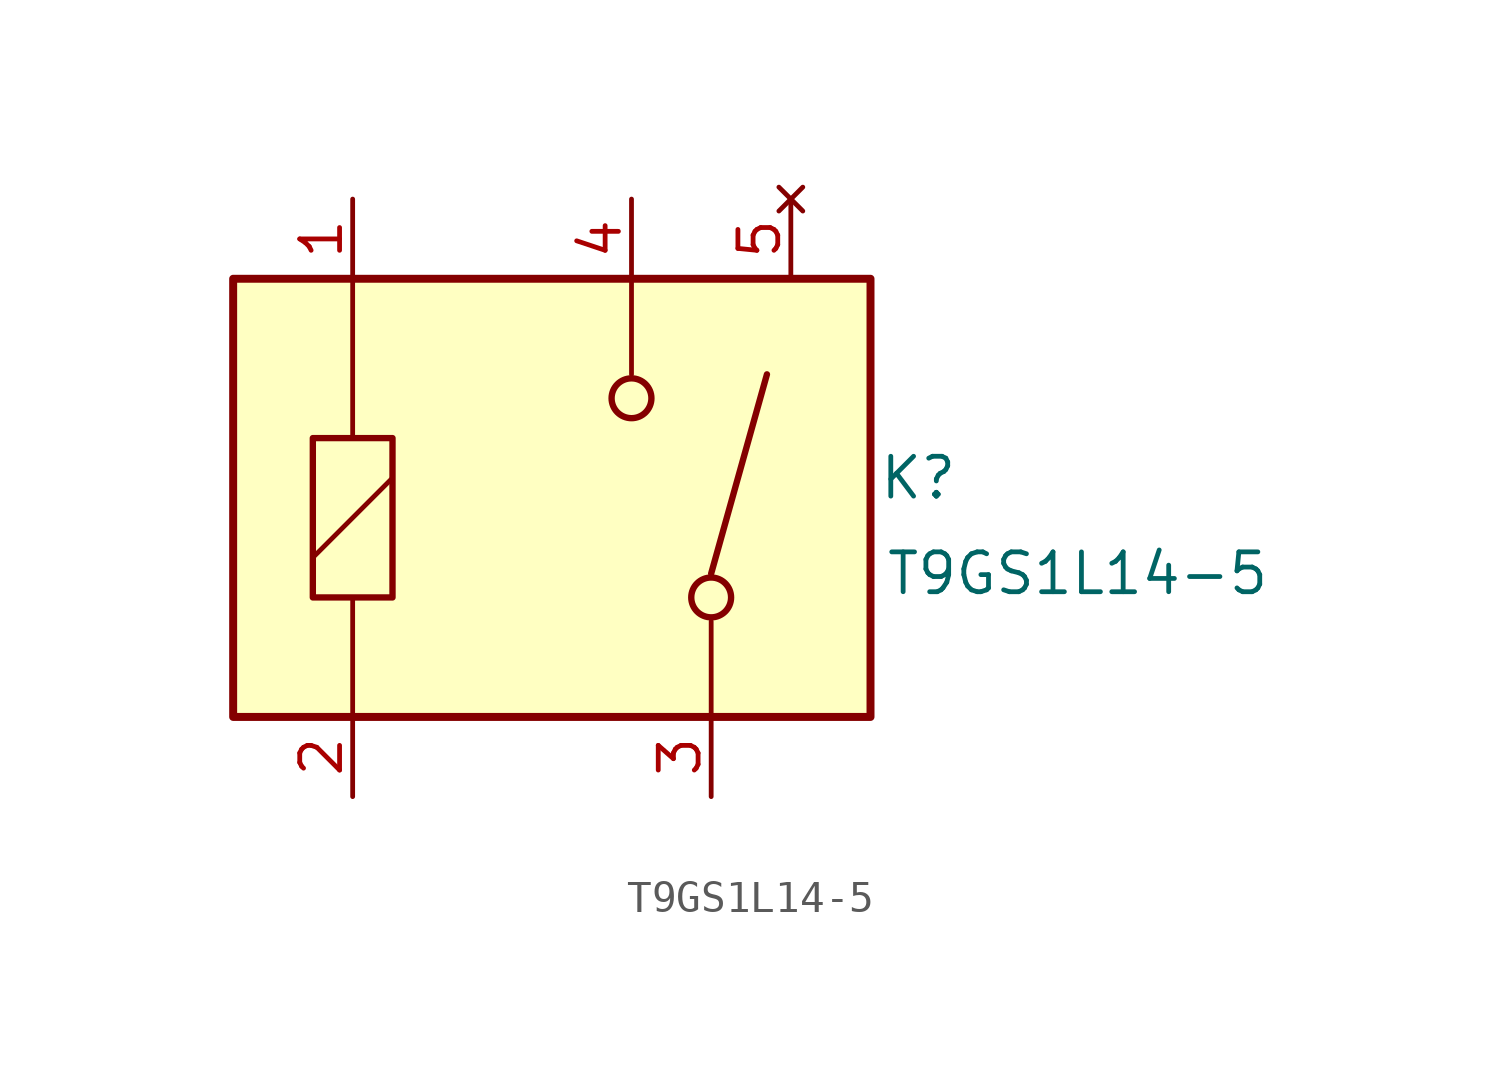
<source format=kicad_sym>
(kicad_symbol_lib
  (version 20231120)
  (generator "kicad_symbol_editor")
  (generator_version "8.0")
  (symbol "T9GS1L14-5"
    (property "Reference" "K"
      (at 11.684 1.27 0)
      (effects (font (size 1.27 1.27))))
    (property "Value" "T9GS1L14-5"
      (at 16.764 -1.778 0)
      (effects (font (size 1.27 1.27))))
    (symbol "T9GS1L14-5_0_1"
      (polyline (pts (xy -7.62 -1.27) (xy -5.08 1.27)) (stroke (width 0) (type default)) (fill (type none)))
      (polyline (pts (xy -6.35 -2.54) (xy -6.35 -6.35)) (stroke (width 0) (type default)) (fill (type none)))
      (polyline (pts (xy -6.35 2.54) (xy -6.35 7.62)) (stroke (width 0) (type default)) (fill (type none))))
    (symbol "T9GS1L14-5_1_1"
      (rectangle (start -10.16 7.62) (end 10.16 -6.35) (stroke (width 0.254) (type default)) (fill (type background)))
      (rectangle (start -7.62 2.54) (end -5.08 -2.54) (stroke (width 0.203) (type default)) (fill (type none)))
      (polyline (pts (xy 2.54 7.62) (xy 2.54 4.572)) (stroke (width 0) (type default)) (fill (type none)))
      (polyline (pts (xy 5.08 -6.35) (xy 5.08 -3.302)) (stroke (width 0) (type default)) (fill (type none)))
      (polyline (pts (xy 5.08 -1.778) (xy 6.858 4.572)) (stroke (width 0.203) (type default)) (fill (type none)))
      (circle (center 2.54 3.81) (radius 0.635) (stroke (width 0.203) (type default)) (fill (type none)))
      (circle (center 5.08 -2.54) (radius 0.635) (stroke (width 0.203) (type default)) (fill (type none)))
      (pin passive line (at -6.35 10.16 270) (length 2.54) (name "" (effects (font (size 1.27 1.27)))) (number "1" (effects (font (size 1.27 1.27)))))
      (pin passive line (at -6.35 -8.89 90) (length 2.54) (name "" (effects (font (size 1.27 1.27)))) (number "2" (effects (font (size 1.27 1.27)))))
      (pin passive line (at 5.08 -8.89 90) (length 2.54) (name "" (effects (font (size 1.27 1.27)))) (number "3" (effects (font (size 1.27 1.27)))))
      (pin passive line (at 2.54 10.16 270) (length 2.54) (name "" (effects (font (size 1.27 1.27)))) (number "4" (effects (font (size 1.27 1.27)))))
      (pin no_connect line (at 7.62 10.16 270) (length 2.54) (name "" (effects (font (size 1.27 1.27)))) (number "5" (effects (font (size 1.27 1.27))))))))
</source>
